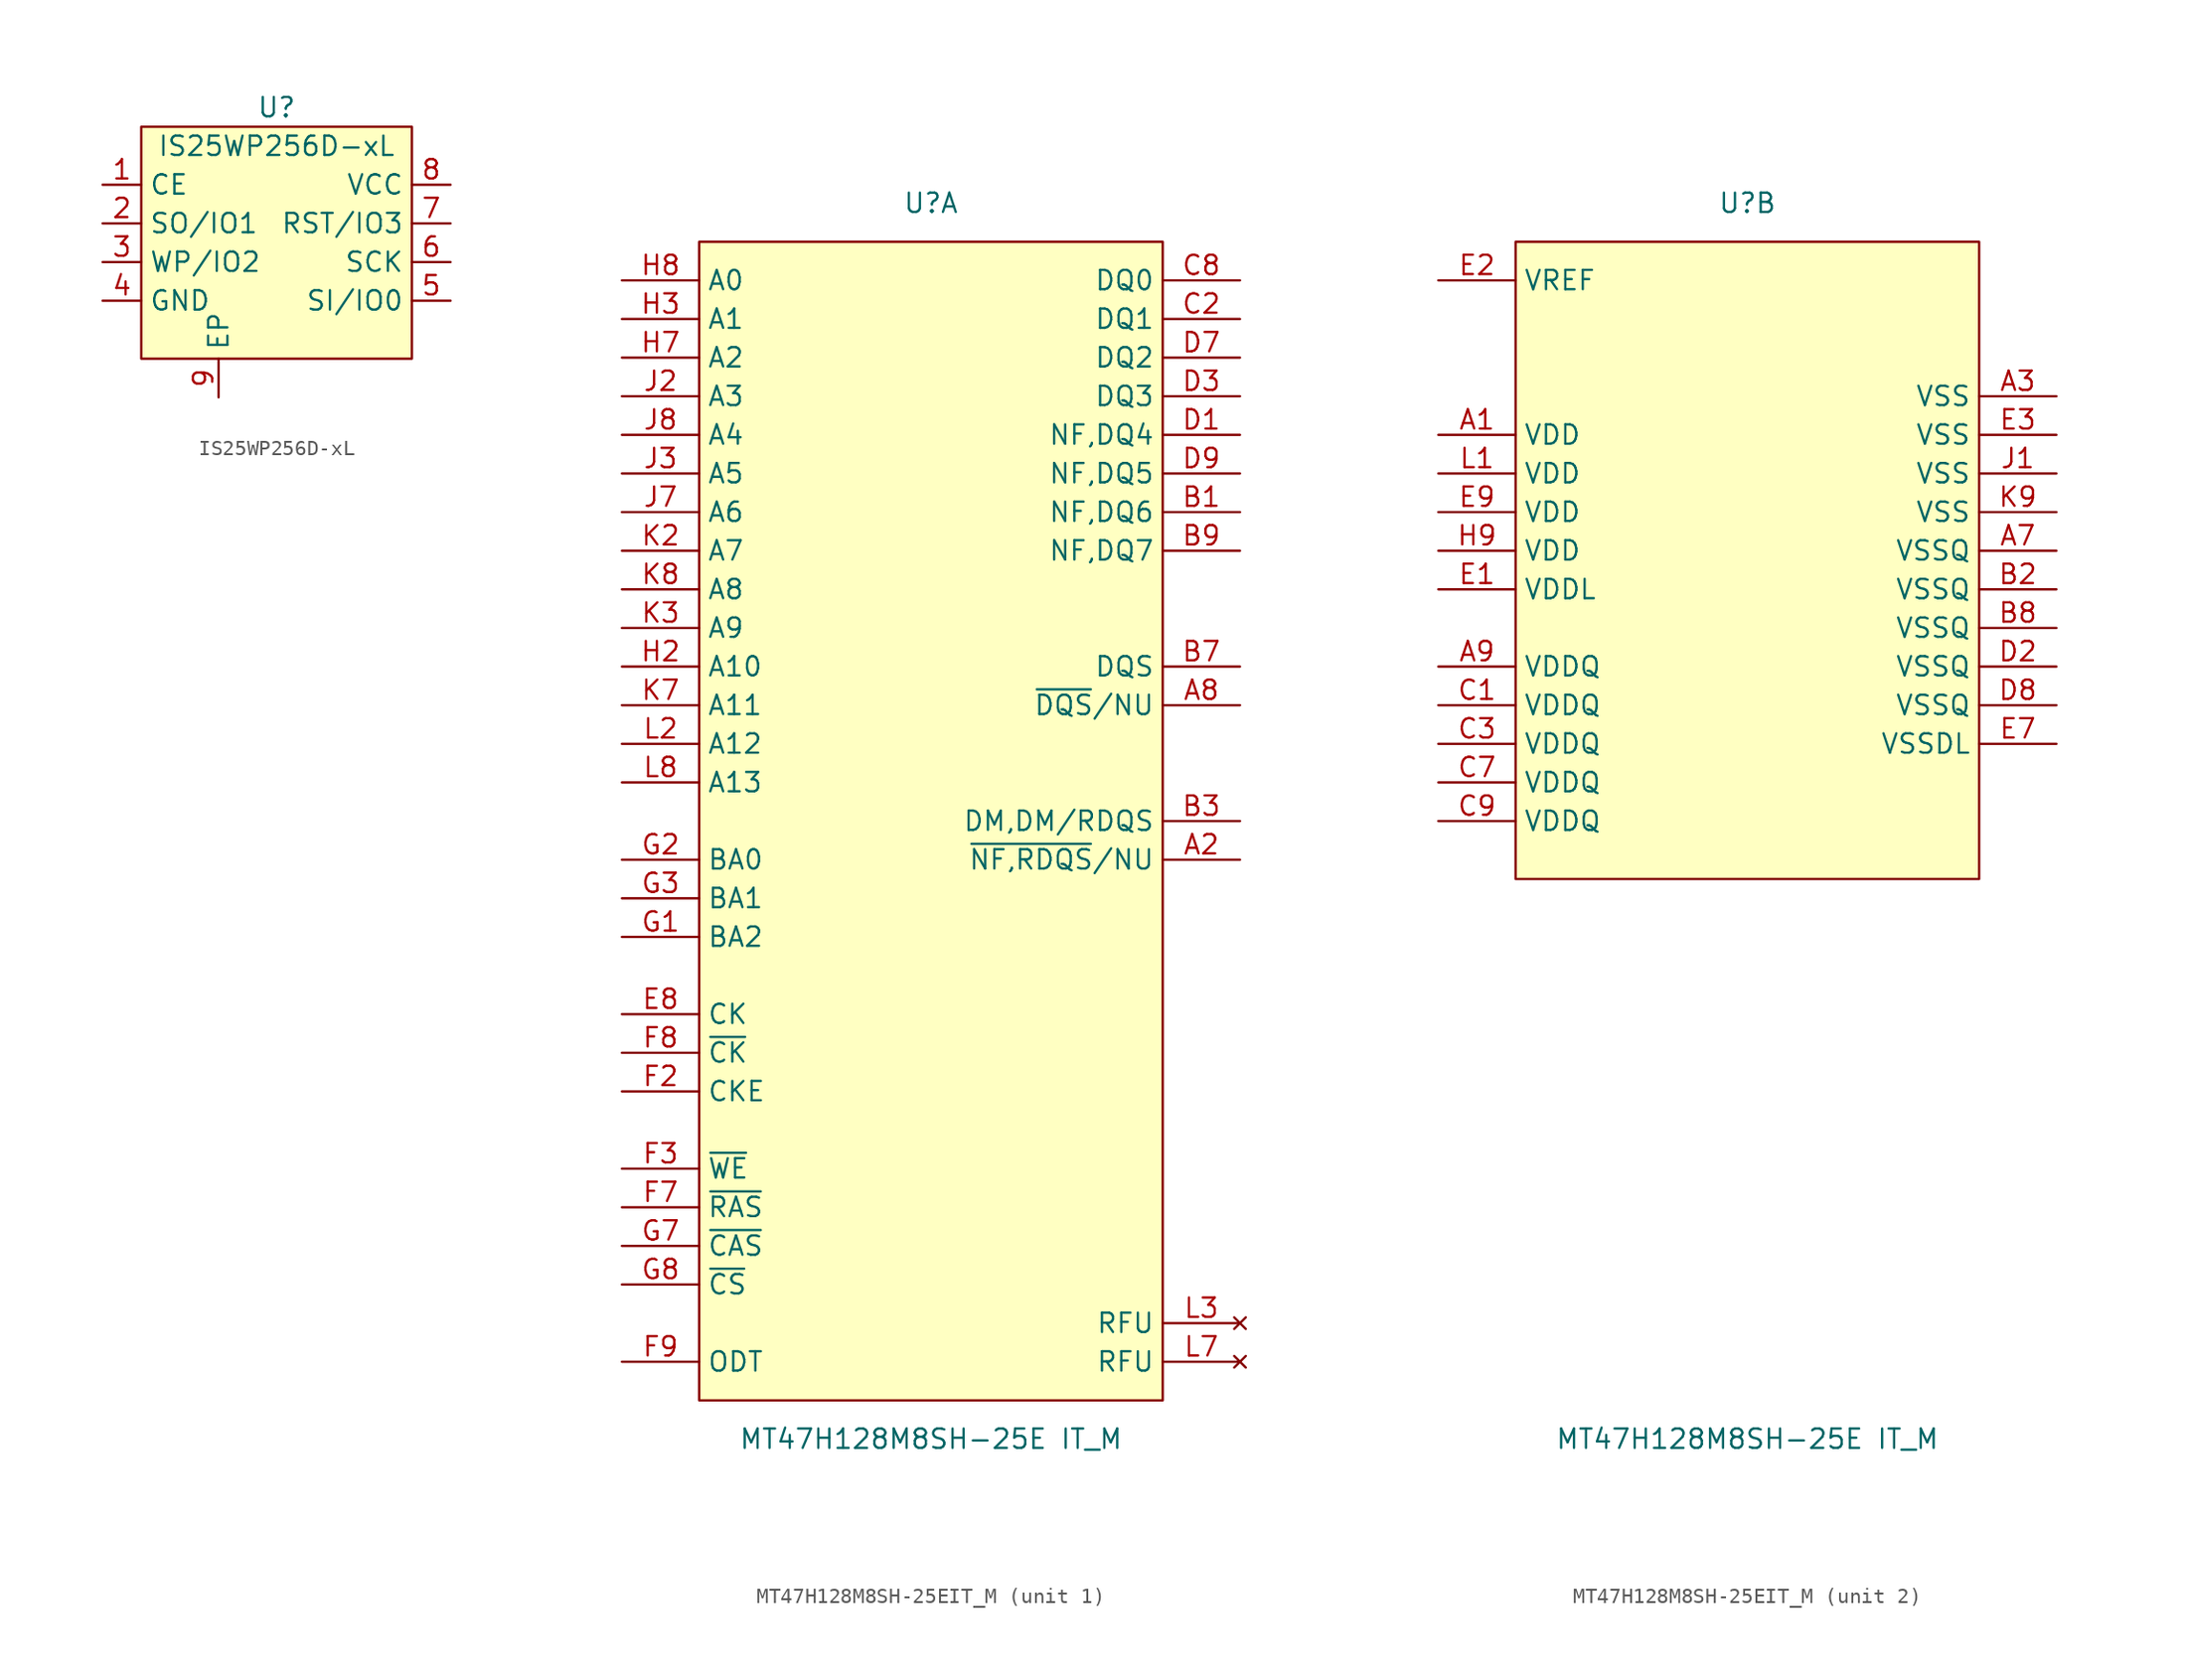
<source format=kicad_sym>
(kicad_symbol_lib
  (version 20220914)
  (generator kicad_symbol_editor)
  (symbol "IS25WP256D-xL"
    (property "Reference" "U"
      (at 0 1.27 0)
      (effects (font (size 1.27 1.27))))
    (property "Value" "IS25WP256D-xL"
      (at 0 -1.27 0)
      (effects (font (size 1.27 1.27))))
    (symbol "IS25WP256D-xL_0_1"
      (rectangle (start -8.89 0) (end 8.89 -15.24) (stroke (width 0) (type default)) (fill (type background))))
    (symbol "IS25WP256D-xL_1_1"
      (pin input line (at -11.43 -3.81 0) (length 2.54) (name "CE" (effects (font (size 1.27 1.27)))) (number "1" (effects (font (size 1.27 1.27)))))
      (pin input line (at -11.43 -6.35 0) (length 2.54) (name "SO/IO1" (effects (font (size 1.27 1.27)))) (number "2" (effects (font (size 1.27 1.27)))))
      (pin input line (at -11.43 -8.89 0) (length 2.54) (name "WP/IO2" (effects (font (size 1.27 1.27)))) (number "3" (effects (font (size 1.27 1.27)))))
      (pin input line (at -11.43 -11.43 0) (length 2.54) (name "GND" (effects (font (size 1.27 1.27)))) (number "4" (effects (font (size 1.27 1.27)))))
      (pin input line (at 11.43 -11.43 180) (length 2.54) (name "SI/IO0" (effects (font (size 1.27 1.27)))) (number "5" (effects (font (size 1.27 1.27)))))
      (pin input line (at 11.43 -8.89 180) (length 2.54) (name "SCK" (effects (font (size 1.27 1.27)))) (number "6" (effects (font (size 1.27 1.27)))))
      (pin input line (at 11.43 -6.35 180) (length 2.54) (name "RST/IO3" (effects (font (size 1.27 1.27)))) (number "7" (effects (font (size 1.27 1.27)))))
      (pin input line (at 11.43 -3.81 180) (length 2.54) (name "VCC" (effects (font (size 1.27 1.27)))) (number "8" (effects (font (size 1.27 1.27)))))
      (pin input line (at -3.81 -17.78 90) (length 2.54) (name "EP" (effects (font (size 1.27 1.27)))) (number "9" (effects (font (size 1.27 1.27)))))))
  (symbol "MT47H128M8SH-25EIT_M"
    (property "Reference" "U"
      (at 15.24 2.54 0)
      (effects (font (size 1.27 1.27))))
    (property "Value" "MT47H128M8SH-25E IT_M"
      (at 15.24 -78.74 0)
      (effects (font (size 1.27 1.27))))
    (property "ki_locked" ""
      (at 0 0 0)
      (effects (font (size 1.27 1.27))))
    (symbol "MT47H128M8SH-25EIT_M_1_1"
      (rectangle (start 0 0) (end 30.48 -76.2) (stroke (width 0) (type default)) (fill (type background)))
      (pin bidirectional line (at 35.56 -40.64 180) (length 5.08) (name "~{NF,RDQS}/NU" (effects (font (size 1.27 1.27)))) (number "A2" (effects (font (size 1.27 1.27)))))
      (pin bidirectional line (at 35.56 -30.48 180) (length 5.08) (name "~{DQS}/NU" (effects (font (size 1.27 1.27)))) (number "A8" (effects (font (size 1.27 1.27)))))
      (pin bidirectional line (at 35.56 -17.78 180) (length 5.08) (name "NF,DQ6" (effects (font (size 1.27 1.27)))) (number "B1" (effects (font (size 1.27 1.27)))))
      (pin bidirectional line (at 35.56 -38.1 180) (length 5.08) (name "DM,DM/RDQS" (effects (font (size 1.27 1.27)))) (number "B3" (effects (font (size 1.27 1.27)))))
      (pin bidirectional line (at 35.56 -27.94 180) (length 5.08) (name "DQS" (effects (font (size 1.27 1.27)))) (number "B7" (effects (font (size 1.27 1.27)))))
      (pin bidirectional line (at 35.56 -20.32 180) (length 5.08) (name "NF,DQ7" (effects (font (size 1.27 1.27)))) (number "B9" (effects (font (size 1.27 1.27)))))
      (pin bidirectional line (at 35.56 -5.08 180) (length 5.08) (name "DQ1" (effects (font (size 1.27 1.27)))) (number "C2" (effects (font (size 1.27 1.27)))))
      (pin bidirectional line (at 35.56 -2.54 180) (length 5.08) (name "DQ0" (effects (font (size 1.27 1.27)))) (number "C8" (effects (font (size 1.27 1.27)))))
      (pin bidirectional line (at 35.56 -12.7 180) (length 5.08) (name "NF,DQ4" (effects (font (size 1.27 1.27)))) (number "D1" (effects (font (size 1.27 1.27)))))
      (pin bidirectional line (at 35.56 -10.16 180) (length 5.08) (name "DQ3" (effects (font (size 1.27 1.27)))) (number "D3" (effects (font (size 1.27 1.27)))))
      (pin bidirectional line (at 35.56 -7.62 180) (length 5.08) (name "DQ2" (effects (font (size 1.27 1.27)))) (number "D7" (effects (font (size 1.27 1.27)))))
      (pin bidirectional line (at 35.56 -15.24 180) (length 5.08) (name "NF,DQ5" (effects (font (size 1.27 1.27)))) (number "D9" (effects (font (size 1.27 1.27)))))
      (pin input line (at -5.08 -50.8 0) (length 5.08) (name "CK" (effects (font (size 1.27 1.27)))) (number "E8" (effects (font (size 1.27 1.27)))))
      (pin input line (at -5.08 -55.88 0) (length 5.08) (name "CKE" (effects (font (size 1.27 1.27)))) (number "F2" (effects (font (size 1.27 1.27)))))
      (pin input line (at -5.08 -60.96 0) (length 5.08) (name "~{WE}" (effects (font (size 1.27 1.27)))) (number "F3" (effects (font (size 1.27 1.27)))))
      (pin input line (at -5.08 -63.5 0) (length 5.08) (name "~{RAS}" (effects (font (size 1.27 1.27)))) (number "F7" (effects (font (size 1.27 1.27)))))
      (pin input line (at -5.08 -53.34 0) (length 5.08) (name "~{CK}" (effects (font (size 1.27 1.27)))) (number "F8" (effects (font (size 1.27 1.27)))))
      (pin input line (at -5.08 -73.66 0) (length 5.08) (name "ODT" (effects (font (size 1.27 1.27)))) (number "F9" (effects (font (size 1.27 1.27)))))
      (pin input line (at -5.08 -45.72 0) (length 5.08) (name "BA2" (effects (font (size 1.27 1.27)))) (number "G1" (effects (font (size 1.27 1.27)))))
      (pin input line (at -5.08 -40.64 0) (length 5.08) (name "BA0" (effects (font (size 1.27 1.27)))) (number "G2" (effects (font (size 1.27 1.27)))))
      (pin input line (at -5.08 -43.18 0) (length 5.08) (name "BA1" (effects (font (size 1.27 1.27)))) (number "G3" (effects (font (size 1.27 1.27)))))
      (pin input line (at -5.08 -66.04 0) (length 5.08) (name "~{CAS}" (effects (font (size 1.27 1.27)))) (number "G7" (effects (font (size 1.27 1.27)))))
      (pin input line (at -5.08 -68.58 0) (length 5.08) (name "~{CS}" (effects (font (size 1.27 1.27)))) (number "G8" (effects (font (size 1.27 1.27)))))
      (pin input line (at -5.08 -27.94 0) (length 5.08) (name "A10" (effects (font (size 1.27 1.27)))) (number "H2" (effects (font (size 1.27 1.27)))))
      (pin input line (at -5.08 -5.08 0) (length 5.08) (name "A1" (effects (font (size 1.27 1.27)))) (number "H3" (effects (font (size 1.27 1.27)))))
      (pin input line (at -5.08 -7.62 0) (length 5.08) (name "A2" (effects (font (size 1.27 1.27)))) (number "H7" (effects (font (size 1.27 1.27)))))
      (pin input line (at -5.08 -2.54 0) (length 5.08) (name "A0" (effects (font (size 1.27 1.27)))) (number "H8" (effects (font (size 1.27 1.27)))))
      (pin input line (at -5.08 -10.16 0) (length 5.08) (name "A3" (effects (font (size 1.27 1.27)))) (number "J2" (effects (font (size 1.27 1.27)))))
      (pin input line (at -5.08 -15.24 0) (length 5.08) (name "A5" (effects (font (size 1.27 1.27)))) (number "J3" (effects (font (size 1.27 1.27)))))
      (pin input line (at -5.08 -17.78 0) (length 5.08) (name "A6" (effects (font (size 1.27 1.27)))) (number "J7" (effects (font (size 1.27 1.27)))))
      (pin input line (at -5.08 -12.7 0) (length 5.08) (name "A4" (effects (font (size 1.27 1.27)))) (number "J8" (effects (font (size 1.27 1.27)))))
      (pin input line (at -5.08 -20.32 0) (length 5.08) (name "A7" (effects (font (size 1.27 1.27)))) (number "K2" (effects (font (size 1.27 1.27)))))
      (pin input line (at -5.08 -25.4 0) (length 5.08) (name "A9" (effects (font (size 1.27 1.27)))) (number "K3" (effects (font (size 1.27 1.27)))))
      (pin input line (at -5.08 -30.48 0) (length 5.08) (name "A11" (effects (font (size 1.27 1.27)))) (number "K7" (effects (font (size 1.27 1.27)))))
      (pin input line (at -5.08 -22.86 0) (length 5.08) (name "A8" (effects (font (size 1.27 1.27)))) (number "K8" (effects (font (size 1.27 1.27)))))
      (pin input line (at -5.08 -33.02 0) (length 5.08) (name "A12" (effects (font (size 1.27 1.27)))) (number "L2" (effects (font (size 1.27 1.27)))))
      (pin no_connect line (at 35.56 -71.12 180) (length 5.08) (name "RFU" (effects (font (size 1.27 1.27)))) (number "L3" (effects (font (size 1.27 1.27)))))
      (pin no_connect line (at 35.56 -73.66 180) (length 5.08) (name "RFU" (effects (font (size 1.27 1.27)))) (number "L7" (effects (font (size 1.27 1.27)))))
      (pin input line (at -5.08 -35.56 0) (length 5.08) (name "A13" (effects (font (size 1.27 1.27)))) (number "L8" (effects (font (size 1.27 1.27))))))
    (symbol "MT47H128M8SH-25EIT_M_2_1"
      (rectangle (start 0 0) (end 30.48 -41.91) (stroke (width 0) (type default)) (fill (type background)))
      (pin power_in line (at -5.08 -12.7 0) (length 5.08) (name "VDD" (effects (font (size 1.27 1.27)))) (number "A1" (effects (font (size 1.27 1.27)))))
      (pin power_in line (at 35.56 -10.16 180) (length 5.08) (name "VSS" (effects (font (size 1.27 1.27)))) (number "A3" (effects (font (size 1.27 1.27)))))
      (pin power_in line (at 35.56 -20.32 180) (length 5.08) (name "VSSQ" (effects (font (size 1.27 1.27)))) (number "A7" (effects (font (size 1.27 1.27)))))
      (pin power_in line (at -5.08 -27.94 0) (length 5.08) (name "VDDQ" (effects (font (size 1.27 1.27)))) (number "A9" (effects (font (size 1.27 1.27)))))
      (pin power_in line (at 35.56 -22.86 180) (length 5.08) (name "VSSQ" (effects (font (size 1.27 1.27)))) (number "B2" (effects (font (size 1.27 1.27)))))
      (pin power_in line (at 35.56 -25.4 180) (length 5.08) (name "VSSQ" (effects (font (size 1.27 1.27)))) (number "B8" (effects (font (size 1.27 1.27)))))
      (pin power_in line (at -5.08 -30.48 0) (length 5.08) (name "VDDQ" (effects (font (size 1.27 1.27)))) (number "C1" (effects (font (size 1.27 1.27)))))
      (pin power_in line (at -5.08 -33.02 0) (length 5.08) (name "VDDQ" (effects (font (size 1.27 1.27)))) (number "C3" (effects (font (size 1.27 1.27)))))
      (pin power_in line (at -5.08 -35.56 0) (length 5.08) (name "VDDQ" (effects (font (size 1.27 1.27)))) (number "C7" (effects (font (size 1.27 1.27)))))
      (pin power_in line (at -5.08 -38.1 0) (length 5.08) (name "VDDQ" (effects (font (size 1.27 1.27)))) (number "C9" (effects (font (size 1.27 1.27)))))
      (pin power_in line (at 35.56 -27.94 180) (length 5.08) (name "VSSQ" (effects (font (size 1.27 1.27)))) (number "D2" (effects (font (size 1.27 1.27)))))
      (pin power_in line (at 35.56 -30.48 180) (length 5.08) (name "VSSQ" (effects (font (size 1.27 1.27)))) (number "D8" (effects (font (size 1.27 1.27)))))
      (pin power_in line (at -5.08 -22.86 0) (length 5.08) (name "VDDL" (effects (font (size 1.27 1.27)))) (number "E1" (effects (font (size 1.27 1.27)))))
      (pin power_in line (at -5.08 -2.54 0) (length 5.08) (name "VREF" (effects (font (size 1.27 1.27)))) (number "E2" (effects (font (size 1.27 1.27)))))
      (pin power_in line (at 35.56 -12.7 180) (length 5.08) (name "VSS" (effects (font (size 1.27 1.27)))) (number "E3" (effects (font (size 1.27 1.27)))))
      (pin power_in line (at 35.56 -33.02 180) (length 5.08) (name "VSSDL" (effects (font (size 1.27 1.27)))) (number "E7" (effects (font (size 1.27 1.27)))))
      (pin power_in line (at -5.08 -17.78 0) (length 5.08) (name "VDD" (effects (font (size 1.27 1.27)))) (number "E9" (effects (font (size 1.27 1.27)))))
      (pin power_in line (at -5.08 -20.32 0) (length 5.08) (name "VDD" (effects (font (size 1.27 1.27)))) (number "H9" (effects (font (size 1.27 1.27)))))
      (pin power_in line (at 35.56 -15.24 180) (length 5.08) (name "VSS" (effects (font (size 1.27 1.27)))) (number "J1" (effects (font (size 1.27 1.27)))))
      (pin power_in line (at 35.56 -17.78 180) (length 5.08) (name "VSS" (effects (font (size 1.27 1.27)))) (number "K9" (effects (font (size 1.27 1.27)))))
      (pin power_in line (at -5.08 -15.24 0) (length 5.08) (name "VDD" (effects (font (size 1.27 1.27)))) (number "L1" (effects (font (size 1.27 1.27))))))))
</source>
